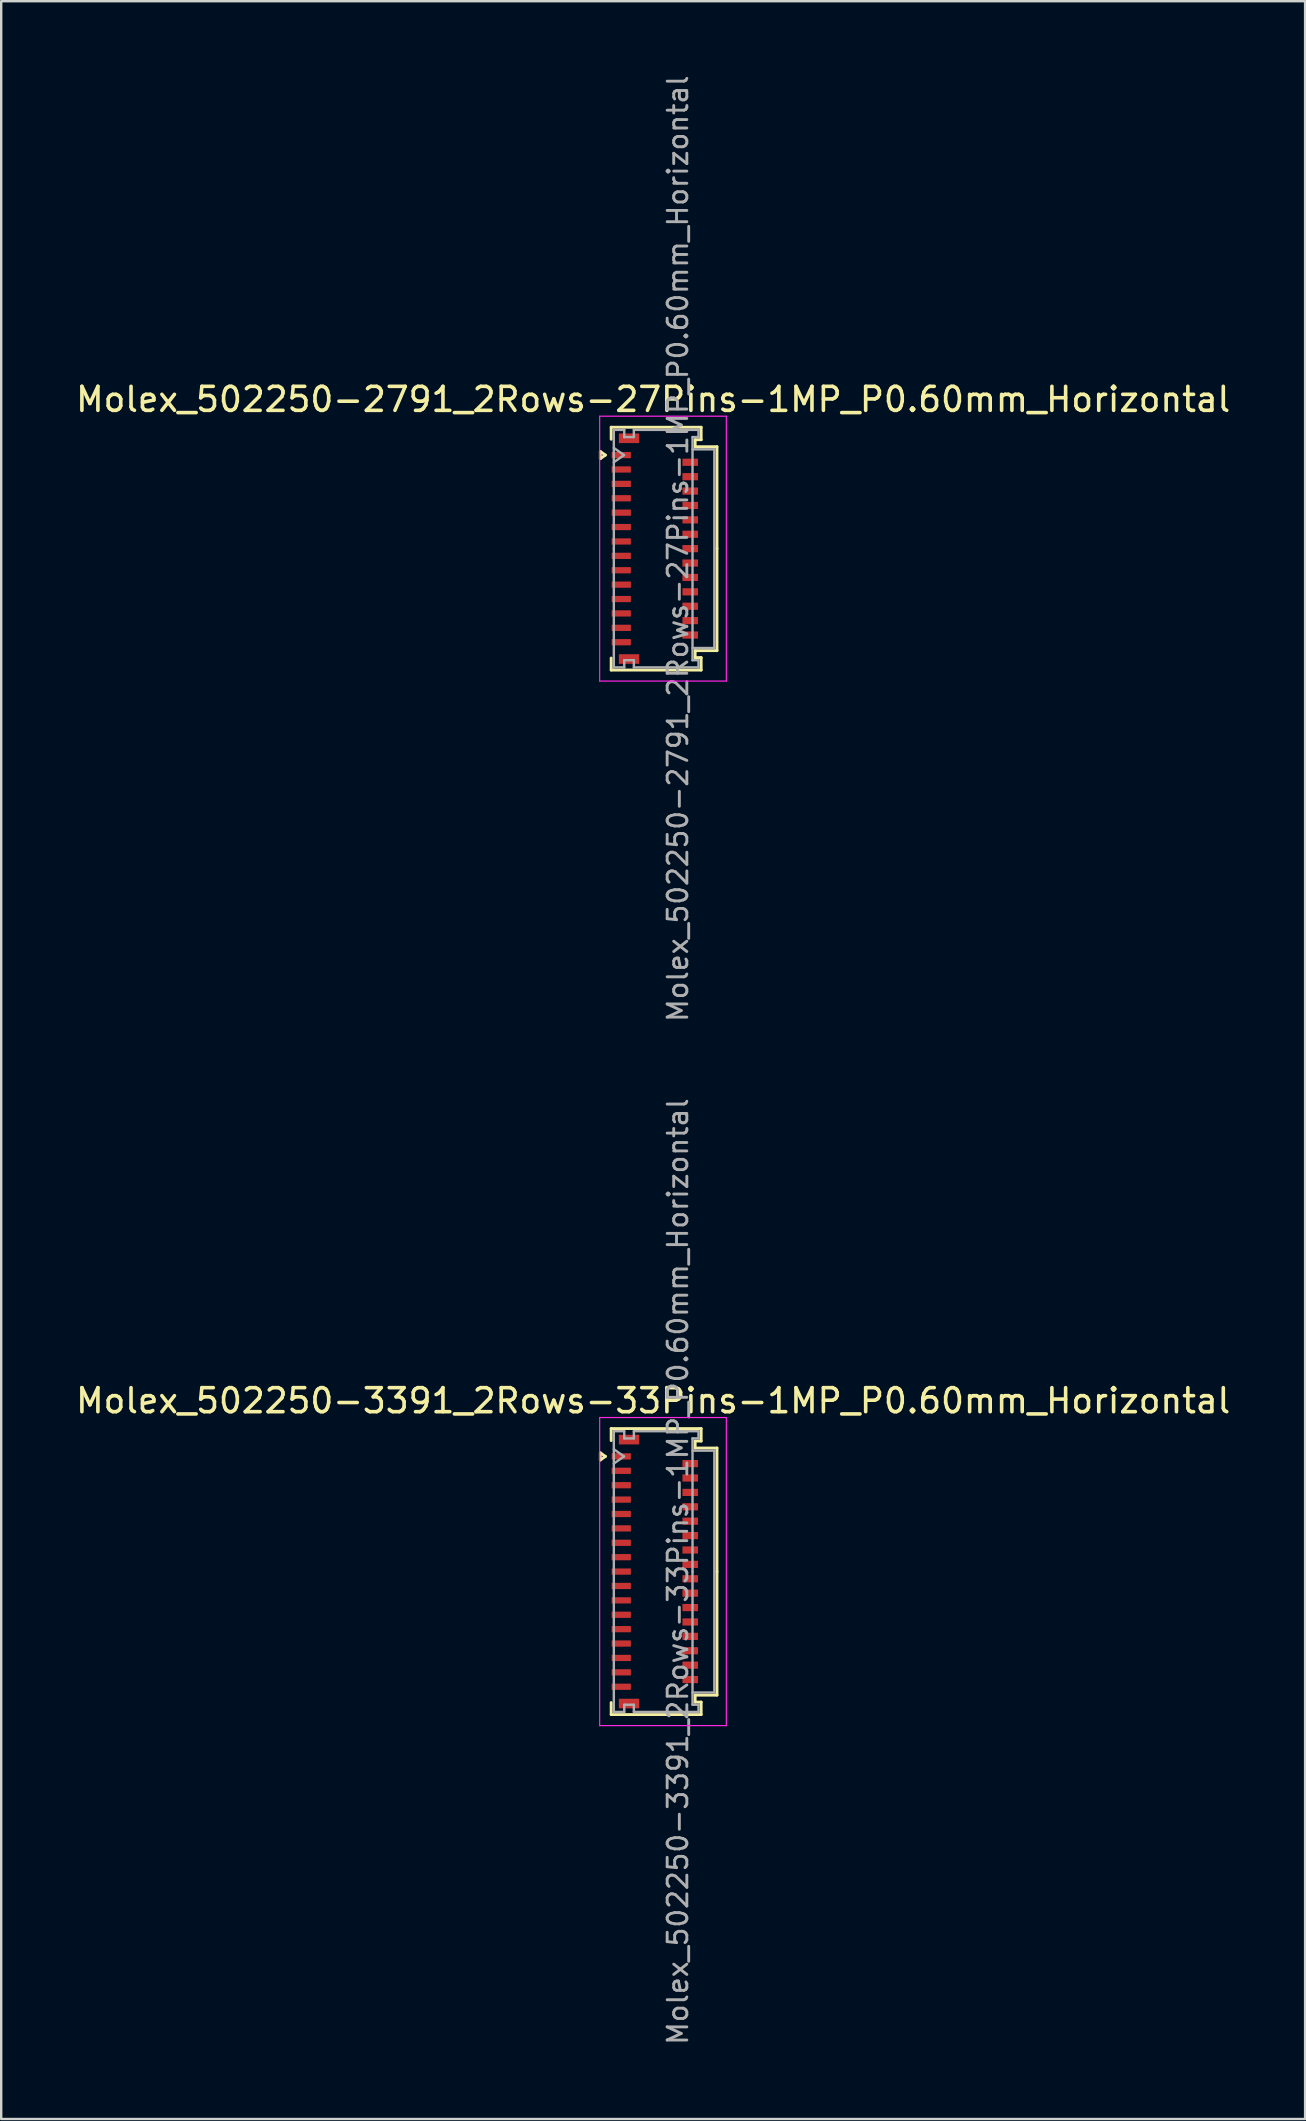
<source format=kicad_pcb>
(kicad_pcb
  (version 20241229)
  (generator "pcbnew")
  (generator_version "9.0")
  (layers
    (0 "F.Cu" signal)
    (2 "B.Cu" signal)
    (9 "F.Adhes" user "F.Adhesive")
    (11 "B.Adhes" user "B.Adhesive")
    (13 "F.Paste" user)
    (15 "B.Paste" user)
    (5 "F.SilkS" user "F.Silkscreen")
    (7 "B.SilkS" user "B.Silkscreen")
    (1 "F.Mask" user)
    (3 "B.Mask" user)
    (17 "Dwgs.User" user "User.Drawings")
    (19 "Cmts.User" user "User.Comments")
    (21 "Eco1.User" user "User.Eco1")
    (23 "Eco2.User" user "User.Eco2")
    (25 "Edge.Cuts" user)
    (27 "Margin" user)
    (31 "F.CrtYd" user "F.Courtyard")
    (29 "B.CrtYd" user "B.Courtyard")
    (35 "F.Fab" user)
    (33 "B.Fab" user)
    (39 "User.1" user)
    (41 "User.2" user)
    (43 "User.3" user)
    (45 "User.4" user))
  (footprint "Molex_502250-2791_2Rows-27Pins-1MP_P0.60mm_Horizontal"
    (layer "F.Cu")
    (at 24.243 19.817)
    (property "Reference" "Molex_502250-2791_2Rows-27Pins-1MP_P0.60mm_Horizontal" (at -0.07 -6.22 0) (layer "F.SilkS") (effects (font (size 1 1) (thickness 0.15))))
    (attr smd)
    (fp_line (start -2.272 -4.05) (end -2.06 -3.9) (stroke (width 0.12) (type solid)) (layer "F.SilkS"))
    (fp_line (start -2.272 -3.75) (end -2.272 -4.05) (stroke (width 0.12) (type solid)) (layer "F.SilkS"))
    (fp_line (start -2.06 -3.9) (end -2.272 -3.75) (stroke (width 0.12) (type solid)) (layer "F.SilkS"))
    (fp_line (start -1.82 -5.06) (end 1.93 -5.06) (stroke (width 0.12) (type solid)) (layer "F.SilkS"))
    (fp_line (start -1.82 -4.56) (end -1.82 -5.06) (stroke (width 0.12) (type solid)) (layer "F.SilkS"))
    (fp_line (start -1.82 4.56) (end -1.82 5.06) (stroke (width 0.12) (type solid)) (layer "F.SilkS"))
    (fp_line (start -1.82 5.06) (end 1.93 5.06) (stroke (width 0.12) (type solid)) (layer "F.SilkS"))
    (fp_line (start 1.68 -4.54) (end 1.68 -4.25) (stroke (width 0.12) (type solid)) (layer "F.SilkS"))
    (fp_line (start 1.68 -4.25) (end 2.59 -4.25) (stroke (width 0.12) (type solid)) (layer "F.SilkS"))
    (fp_line (start 1.68 4.25) (end 2.59 4.25) (stroke (width 0.12) (type solid)) (layer "F.SilkS"))
    (fp_line (start 1.68 4.54) (end 1.68 4.25) (stroke (width 0.12) (type solid)) (layer "F.SilkS"))
    (fp_line (start 1.93 -5.06) (end 1.93 -4.54) (stroke (width 0.12) (type solid)) (layer "F.SilkS"))
    (fp_line (start 1.93 -4.54) (end 1.68 -4.54) (stroke (width 0.12) (type solid)) (layer "F.SilkS"))
    (fp_line (start 1.93 4.54) (end 1.68 4.54) (stroke (width 0.12) (type solid)) (layer "F.SilkS"))
    (fp_line (start 1.93 5.06) (end 1.93 4.54) (stroke (width 0.12) (type solid)) (layer "F.SilkS"))
    (fp_line (start 2.59 -4.25) (end 2.59 0) (stroke (width 0.12) (type solid)) (layer "F.SilkS"))
    (fp_line (start 2.59 4.25) (end 2.59 0) (stroke (width 0.12) (type solid)) (layer "F.SilkS"))
    (fp_line (start -2.3 -5.52) (end -2.3 5.52) (stroke (width 0.05) (type solid)) (layer "F.CrtYd"))
    (fp_line (start -2.3 5.52) (end 2.98 5.52) (stroke (width 0.05) (type solid)) (layer "F.CrtYd"))
    (fp_line (start 2.98 -5.52) (end -2.3 -5.52) (stroke (width 0.05) (type solid)) (layer "F.CrtYd"))
    (fp_line (start 2.98 5.52) (end 2.98 -5.52) (stroke (width 0.05) (type solid)) (layer "F.CrtYd"))
    (fp_line (start -1.71 -4.95) (end -1.275 -4.95) (stroke (width 0.1) (type solid)) (layer "F.Fab"))
    (fp_line (start -1.71 -4.2) (end -1.286 -3.9) (stroke (width 0.1) (type solid)) (layer "F.Fab"))
    (fp_line (start -1.71 0) (end -1.71 -4.95) (stroke (width 0.1) (type solid)) (layer "F.Fab"))
    (fp_line (start -1.71 0) (end -1.71 4.95) (stroke (width 0.1) (type solid)) (layer "F.Fab"))
    (fp_line (start -1.71 4.95) (end -1.275 4.95) (stroke (width 0.1) (type solid)) (layer "F.Fab"))
    (fp_line (start -1.286 -3.9) (end -1.71 -3.6) (stroke (width 0.1) (type solid)) (layer "F.Fab"))
    (fp_line (start -1.275 -4.95) (end -1.275 -4.65) (stroke (width 0.1) (type solid)) (layer "F.Fab"))
    (fp_line (start -1.275 -4.65) (end -0.875 -4.65) (stroke (width 0.1) (type solid)) (layer "F.Fab"))
    (fp_line (start -1.275 4.65) (end -0.875 4.65) (stroke (width 0.1) (type solid)) (layer "F.Fab"))
    (fp_line (start -1.275 4.95) (end -1.275 4.65) (stroke (width 0.1) (type solid)) (layer "F.Fab"))
    (fp_line (start -0.875 -4.95) (end 1.82 -4.95) (stroke (width 0.1) (type solid)) (layer "F.Fab"))
    (fp_line (start -0.875 -4.65) (end -0.875 -4.95) (stroke (width 0.1) (type solid)) (layer "F.Fab"))
    (fp_line (start -0.875 4.65) (end -0.875 4.95) (stroke (width 0.1) (type solid)) (layer "F.Fab"))
    (fp_line (start -0.875 4.95) (end 1.82 4.95) (stroke (width 0.1) (type solid)) (layer "F.Fab"))
    (fp_line (start 1.57 -4.65) (end 1.57 0) (stroke (width 0.1) (type solid)) (layer "F.Fab"))
    (fp_line (start 1.57 -4.14) (end 2.48 -4.14) (stroke (width 0.1) (type solid)) (layer "F.Fab"))
    (fp_line (start 1.57 4.65) (end 1.57 0) (stroke (width 0.1) (type solid)) (layer "F.Fab"))
    (fp_line (start 1.82 -4.95) (end 1.82 -4.65) (stroke (width 0.1) (type solid)) (layer "F.Fab"))
    (fp_line (start 1.82 -4.65) (end 1.57 -4.65) (stroke (width 0.1) (type solid)) (layer "F.Fab"))
    (fp_line (start 1.82 4.65) (end 1.57 4.65) (stroke (width 0.1) (type solid)) (layer "F.Fab"))
    (fp_line (start 1.82 4.95) (end 1.82 4.65) (stroke (width 0.1) (type solid)) (layer "F.Fab"))
    (fp_line (start 2.48 -4.14) (end 2.48 4.14) (stroke (width 0.1) (type solid)) (layer "F.Fab"))
    (fp_line (start 2.48 4.14) (end 1.57 4.14) (stroke (width 0.1) (type solid)) (layer "F.Fab"))
    (fp_text user "${REFERENCE}" (at 0.96 0 90) (layer "F.Fab") (effects (font (size 0.82 0.82) (thickness 0.12))))
    (pad "1" smd rect (at -1.4 -3.9) (size 0.8 0.26) (layers "F.Cu" "F.Mask" "F.Paste"))
    (pad "2" smd rect (at 1.475 -3.6) (size 0.65 0.3) (layers "F.Cu" "F.Mask" "F.Paste"))
    (pad "3" smd rect (at -1.4 -3.3) (size 0.8 0.26) (layers "F.Cu" "F.Mask" "F.Paste"))
    (pad "4" smd rect (at 1.475 -3) (size 0.65 0.3) (layers "F.Cu" "F.Mask" "F.Paste"))
    (pad "5" smd rect (at -1.4 -2.7) (size 0.8 0.26) (layers "F.Cu" "F.Mask" "F.Paste"))
    (pad "6" smd rect (at 1.475 -2.4) (size 0.65 0.3) (layers "F.Cu" "F.Mask" "F.Paste"))
    (pad "7" smd rect (at -1.4 -2.1) (size 0.8 0.26) (layers "F.Cu" "F.Mask" "F.Paste"))
    (pad "8" smd rect (at 1.475 -1.8) (size 0.65 0.3) (layers "F.Cu" "F.Mask" "F.Paste"))
    (pad "9" smd rect (at -1.4 -1.5) (size 0.8 0.26) (layers "F.Cu" "F.Mask" "F.Paste"))
    (pad "10" smd rect (at 1.475 -1.2) (size 0.65 0.3) (layers "F.Cu" "F.Mask" "F.Paste"))
    (pad "11" smd rect (at -1.4 -0.9) (size 0.8 0.26) (layers "F.Cu" "F.Mask" "F.Paste"))
    (pad "12" smd rect (at 1.475 -0.6) (size 0.65 0.3) (layers "F.Cu" "F.Mask" "F.Paste"))
    (pad "13" smd rect (at -1.4 -0.3) (size 0.8 0.26) (layers "F.Cu" "F.Mask" "F.Paste"))
    (pad "14" smd rect (at 1.475 0) (size 0.65 0.3) (layers "F.Cu" "F.Mask" "F.Paste"))
    (pad "15" smd rect (at -1.4 0.3) (size 0.8 0.26) (layers "F.Cu" "F.Mask" "F.Paste"))
    (pad "16" smd rect (at 1.475 0.6) (size 0.65 0.3) (layers "F.Cu" "F.Mask" "F.Paste"))
    (pad "17" smd rect (at -1.4 0.9) (size 0.8 0.26) (layers "F.Cu" "F.Mask" "F.Paste"))
    (pad "18" smd rect (at 1.475 1.2) (size 0.65 0.3) (layers "F.Cu" "F.Mask" "F.Paste"))
    (pad "19" smd rect (at -1.4 1.5) (size 0.8 0.26) (layers "F.Cu" "F.Mask" "F.Paste"))
    (pad "20" smd rect (at 1.475 1.8) (size 0.65 0.3) (layers "F.Cu" "F.Mask" "F.Paste"))
    (pad "21" smd rect (at -1.4 2.1) (size 0.8 0.26) (layers "F.Cu" "F.Mask" "F.Paste"))
    (pad "22" smd rect (at 1.475 2.4) (size 0.65 0.3) (layers "F.Cu" "F.Mask" "F.Paste"))
    (pad "23" smd rect (at -1.4 2.7) (size 0.8 0.26) (layers "F.Cu" "F.Mask" "F.Paste"))
    (pad "24" smd rect (at 1.475 3) (size 0.65 0.3) (layers "F.Cu" "F.Mask" "F.Paste"))
    (pad "25" smd rect (at -1.4 3.3) (size 0.8 0.26) (layers "F.Cu" "F.Mask" "F.Paste"))
    (pad "26" smd rect (at 1.475 3.6) (size 0.65 0.3) (layers "F.Cu" "F.Mask" "F.Paste"))
    (pad "27" smd rect (at -1.4 3.9) (size 0.8 0.26) (layers "F.Cu" "F.Mask" "F.Paste"))
    (pad "MP" smd rect (at -1.075 -4.6) (size 0.85 0.4) (layers "F.Cu" "F.Mask" "F.Paste"))
    (pad "MP" smd rect (at -1.075 4.6) (size 0.85 0.4) (layers "F.Cu" "F.Mask" "F.Paste")))
  (footprint "Molex_502250-3391_2Rows-33Pins-1MP_P0.60mm_Horizontal"
    (layer "F.Cu")
    (at 24.243 62.451)
    (property "Reference" "Molex_502250-3391_2Rows-33Pins-1MP_P0.60mm_Horizontal" (at -0.07 -7.12 0) (layer "F.SilkS") (effects (font (size 1 1) (thickness 0.15))))
    (attr smd)
    (fp_line (start -2.272 -4.95) (end -2.06 -4.8) (stroke (width 0.12) (type solid)) (layer "F.SilkS"))
    (fp_line (start -2.272 -4.65) (end -2.272 -4.95) (stroke (width 0.12) (type solid)) (layer "F.SilkS"))
    (fp_line (start -2.06 -4.8) (end -2.272 -4.65) (stroke (width 0.12) (type solid)) (layer "F.SilkS"))
    (fp_line (start -1.82 -5.96) (end 1.93 -5.96) (stroke (width 0.12) (type solid)) (layer "F.SilkS"))
    (fp_line (start -1.82 -5.46) (end -1.82 -5.96) (stroke (width 0.12) (type solid)) (layer "F.SilkS"))
    (fp_line (start -1.82 5.46) (end -1.82 5.96) (stroke (width 0.12) (type solid)) (layer "F.SilkS"))
    (fp_line (start -1.82 5.96) (end 1.93 5.96) (stroke (width 0.12) (type solid)) (layer "F.SilkS"))
    (fp_line (start 1.68 -5.44) (end 1.68 -5.15) (stroke (width 0.12) (type solid)) (layer "F.SilkS"))
    (fp_line (start 1.68 -5.15) (end 2.59 -5.15) (stroke (width 0.12) (type solid)) (layer "F.SilkS"))
    (fp_line (start 1.68 5.15) (end 2.59 5.15) (stroke (width 0.12) (type solid)) (layer "F.SilkS"))
    (fp_line (start 1.68 5.44) (end 1.68 5.15) (stroke (width 0.12) (type solid)) (layer "F.SilkS"))
    (fp_line (start 1.93 -5.96) (end 1.93 -5.44) (stroke (width 0.12) (type solid)) (layer "F.SilkS"))
    (fp_line (start 1.93 -5.44) (end 1.68 -5.44) (stroke (width 0.12) (type solid)) (layer "F.SilkS"))
    (fp_line (start 1.93 5.44) (end 1.68 5.44) (stroke (width 0.12) (type solid)) (layer "F.SilkS"))
    (fp_line (start 1.93 5.96) (end 1.93 5.44) (stroke (width 0.12) (type solid)) (layer "F.SilkS"))
    (fp_line (start 2.59 -5.15) (end 2.59 0) (stroke (width 0.12) (type solid)) (layer "F.SilkS"))
    (fp_line (start 2.59 5.15) (end 2.59 0) (stroke (width 0.12) (type solid)) (layer "F.SilkS"))
    (fp_line (start -2.3 -6.42) (end -2.3 6.42) (stroke (width 0.05) (type solid)) (layer "F.CrtYd"))
    (fp_line (start -2.3 6.42) (end 2.98 6.42) (stroke (width 0.05) (type solid)) (layer "F.CrtYd"))
    (fp_line (start 2.98 -6.42) (end -2.3 -6.42) (stroke (width 0.05) (type solid)) (layer "F.CrtYd"))
    (fp_line (start 2.98 6.42) (end 2.98 -6.42) (stroke (width 0.05) (type solid)) (layer "F.CrtYd"))
    (fp_line (start -1.71 -5.85) (end -1.275 -5.85) (stroke (width 0.1) (type solid)) (layer "F.Fab"))
    (fp_line (start -1.71 -5.1) (end -1.286 -4.8) (stroke (width 0.1) (type solid)) (layer "F.Fab"))
    (fp_line (start -1.71 0) (end -1.71 -5.85) (stroke (width 0.1) (type solid)) (layer "F.Fab"))
    (fp_line (start -1.71 0) (end -1.71 5.85) (stroke (width 0.1) (type solid)) (layer "F.Fab"))
    (fp_line (start -1.71 5.85) (end -1.275 5.85) (stroke (width 0.1) (type solid)) (layer "F.Fab"))
    (fp_line (start -1.286 -4.8) (end -1.71 -4.5) (stroke (width 0.1) (type solid)) (layer "F.Fab"))
    (fp_line (start -1.275 -5.85) (end -1.275 -5.55) (stroke (width 0.1) (type solid)) (layer "F.Fab"))
    (fp_line (start -1.275 -5.55) (end -0.875 -5.55) (stroke (width 0.1) (type solid)) (layer "F.Fab"))
    (fp_line (start -1.275 5.55) (end -0.875 5.55) (stroke (width 0.1) (type solid)) (layer "F.Fab"))
    (fp_line (start -1.275 5.85) (end -1.275 5.55) (stroke (width 0.1) (type solid)) (layer "F.Fab"))
    (fp_line (start -0.875 -5.85) (end 1.82 -5.85) (stroke (width 0.1) (type solid)) (layer "F.Fab"))
    (fp_line (start -0.875 -5.55) (end -0.875 -5.85) (stroke (width 0.1) (type solid)) (layer "F.Fab"))
    (fp_line (start -0.875 5.55) (end -0.875 5.85) (stroke (width 0.1) (type solid)) (layer "F.Fab"))
    (fp_line (start -0.875 5.85) (end 1.82 5.85) (stroke (width 0.1) (type solid)) (layer "F.Fab"))
    (fp_line (start 1.57 -5.55) (end 1.57 0) (stroke (width 0.1) (type solid)) (layer "F.Fab"))
    (fp_line (start 1.57 -5.04) (end 2.48 -5.04) (stroke (width 0.1) (type solid)) (layer "F.Fab"))
    (fp_line (start 1.57 5.55) (end 1.57 0) (stroke (width 0.1) (type solid)) (layer "F.Fab"))
    (fp_line (start 1.82 -5.85) (end 1.82 -5.55) (stroke (width 0.1) (type solid)) (layer "F.Fab"))
    (fp_line (start 1.82 -5.55) (end 1.57 -5.55) (stroke (width 0.1) (type solid)) (layer "F.Fab"))
    (fp_line (start 1.82 5.55) (end 1.57 5.55) (stroke (width 0.1) (type solid)) (layer "F.Fab"))
    (fp_line (start 1.82 5.85) (end 1.82 5.55) (stroke (width 0.1) (type solid)) (layer "F.Fab"))
    (fp_line (start 2.48 -5.04) (end 2.48 5.04) (stroke (width 0.1) (type solid)) (layer "F.Fab"))
    (fp_line (start 2.48 5.04) (end 1.57 5.04) (stroke (width 0.1) (type solid)) (layer "F.Fab"))
    (fp_text user "${REFERENCE}" (at 0.96 0 90) (layer "F.Fab") (effects (font (size 0.82 0.82) (thickness 0.12))))
    (pad "1" smd rect (at -1.4 -4.8) (size 0.8 0.26) (layers "F.Cu" "F.Mask" "F.Paste"))
    (pad "2" smd rect (at 1.475 -4.5) (size 0.65 0.3) (layers "F.Cu" "F.Mask" "F.Paste"))
    (pad "3" smd rect (at -1.4 -4.2) (size 0.8 0.26) (layers "F.Cu" "F.Mask" "F.Paste"))
    (pad "4" smd rect (at 1.475 -3.9) (size 0.65 0.3) (layers "F.Cu" "F.Mask" "F.Paste"))
    (pad "5" smd rect (at -1.4 -3.6) (size 0.8 0.26) (layers "F.Cu" "F.Mask" "F.Paste"))
    (pad "6" smd rect (at 1.475 -3.3) (size 0.65 0.3) (layers "F.Cu" "F.Mask" "F.Paste"))
    (pad "7" smd rect (at -1.4 -3) (size 0.8 0.26) (layers "F.Cu" "F.Mask" "F.Paste"))
    (pad "8" smd rect (at 1.475 -2.7) (size 0.65 0.3) (layers "F.Cu" "F.Mask" "F.Paste"))
    (pad "9" smd rect (at -1.4 -2.4) (size 0.8 0.26) (layers "F.Cu" "F.Mask" "F.Paste"))
    (pad "10" smd rect (at 1.475 -2.1) (size 0.65 0.3) (layers "F.Cu" "F.Mask" "F.Paste"))
    (pad "11" smd rect (at -1.4 -1.8) (size 0.8 0.26) (layers "F.Cu" "F.Mask" "F.Paste"))
    (pad "12" smd rect (at 1.475 -1.5) (size 0.65 0.3) (layers "F.Cu" "F.Mask" "F.Paste"))
    (pad "13" smd rect (at -1.4 -1.2) (size 0.8 0.26) (layers "F.Cu" "F.Mask" "F.Paste"))
    (pad "14" smd rect (at 1.475 -0.9) (size 0.65 0.3) (layers "F.Cu" "F.Mask" "F.Paste"))
    (pad "15" smd rect (at -1.4 -0.6) (size 0.8 0.26) (layers "F.Cu" "F.Mask" "F.Paste"))
    (pad "16" smd rect (at 1.475 -0.3) (size 0.65 0.3) (layers "F.Cu" "F.Mask" "F.Paste"))
    (pad "17" smd rect (at -1.4 0) (size 0.8 0.26) (layers "F.Cu" "F.Mask" "F.Paste"))
    (pad "18" smd rect (at 1.475 0.3) (size 0.65 0.3) (layers "F.Cu" "F.Mask" "F.Paste"))
    (pad "19" smd rect (at -1.4 0.6) (size 0.8 0.26) (layers "F.Cu" "F.Mask" "F.Paste"))
    (pad "20" smd rect (at 1.475 0.9) (size 0.65 0.3) (layers "F.Cu" "F.Mask" "F.Paste"))
    (pad "21" smd rect (at -1.4 1.2) (size 0.8 0.26) (layers "F.Cu" "F.Mask" "F.Paste"))
    (pad "22" smd rect (at 1.475 1.5) (size 0.65 0.3) (layers "F.Cu" "F.Mask" "F.Paste"))
    (pad "23" smd rect (at -1.4 1.8) (size 0.8 0.26) (layers "F.Cu" "F.Mask" "F.Paste"))
    (pad "24" smd rect (at 1.475 2.1) (size 0.65 0.3) (layers "F.Cu" "F.Mask" "F.Paste"))
    (pad "25" smd rect (at -1.4 2.4) (size 0.8 0.26) (layers "F.Cu" "F.Mask" "F.Paste"))
    (pad "26" smd rect (at 1.475 2.7) (size 0.65 0.3) (layers "F.Cu" "F.Mask" "F.Paste"))
    (pad "27" smd rect (at -1.4 3) (size 0.8 0.26) (layers "F.Cu" "F.Mask" "F.Paste"))
    (pad "28" smd rect (at 1.475 3.3) (size 0.65 0.3) (layers "F.Cu" "F.Mask" "F.Paste"))
    (pad "29" smd rect (at -1.4 3.6) (size 0.8 0.26) (layers "F.Cu" "F.Mask" "F.Paste"))
    (pad "30" smd rect (at 1.475 3.9) (size 0.65 0.3) (layers "F.Cu" "F.Mask" "F.Paste"))
    (pad "31" smd rect (at -1.4 4.2) (size 0.8 0.26) (layers "F.Cu" "F.Mask" "F.Paste"))
    (pad "32" smd rect (at 1.475 4.5) (size 0.65 0.3) (layers "F.Cu" "F.Mask" "F.Paste"))
    (pad "33" smd rect (at -1.4 4.8) (size 0.8 0.26) (layers "F.Cu" "F.Mask" "F.Paste"))
    (pad "MP" smd rect (at -1.075 -5.5) (size 0.85 0.4) (layers "F.Cu" "F.Mask" "F.Paste"))
    (pad "MP" smd rect (at -1.075 5.5) (size 0.85 0.4) (layers "F.Cu" "F.Mask" "F.Paste")))
  (gr_rect
    (start -3 -3)
    (end 51.345 85.268)
    (stroke (width 0.1) (type default))
    (fill no)
    (layer "Edge.Cuts")))
</source>
